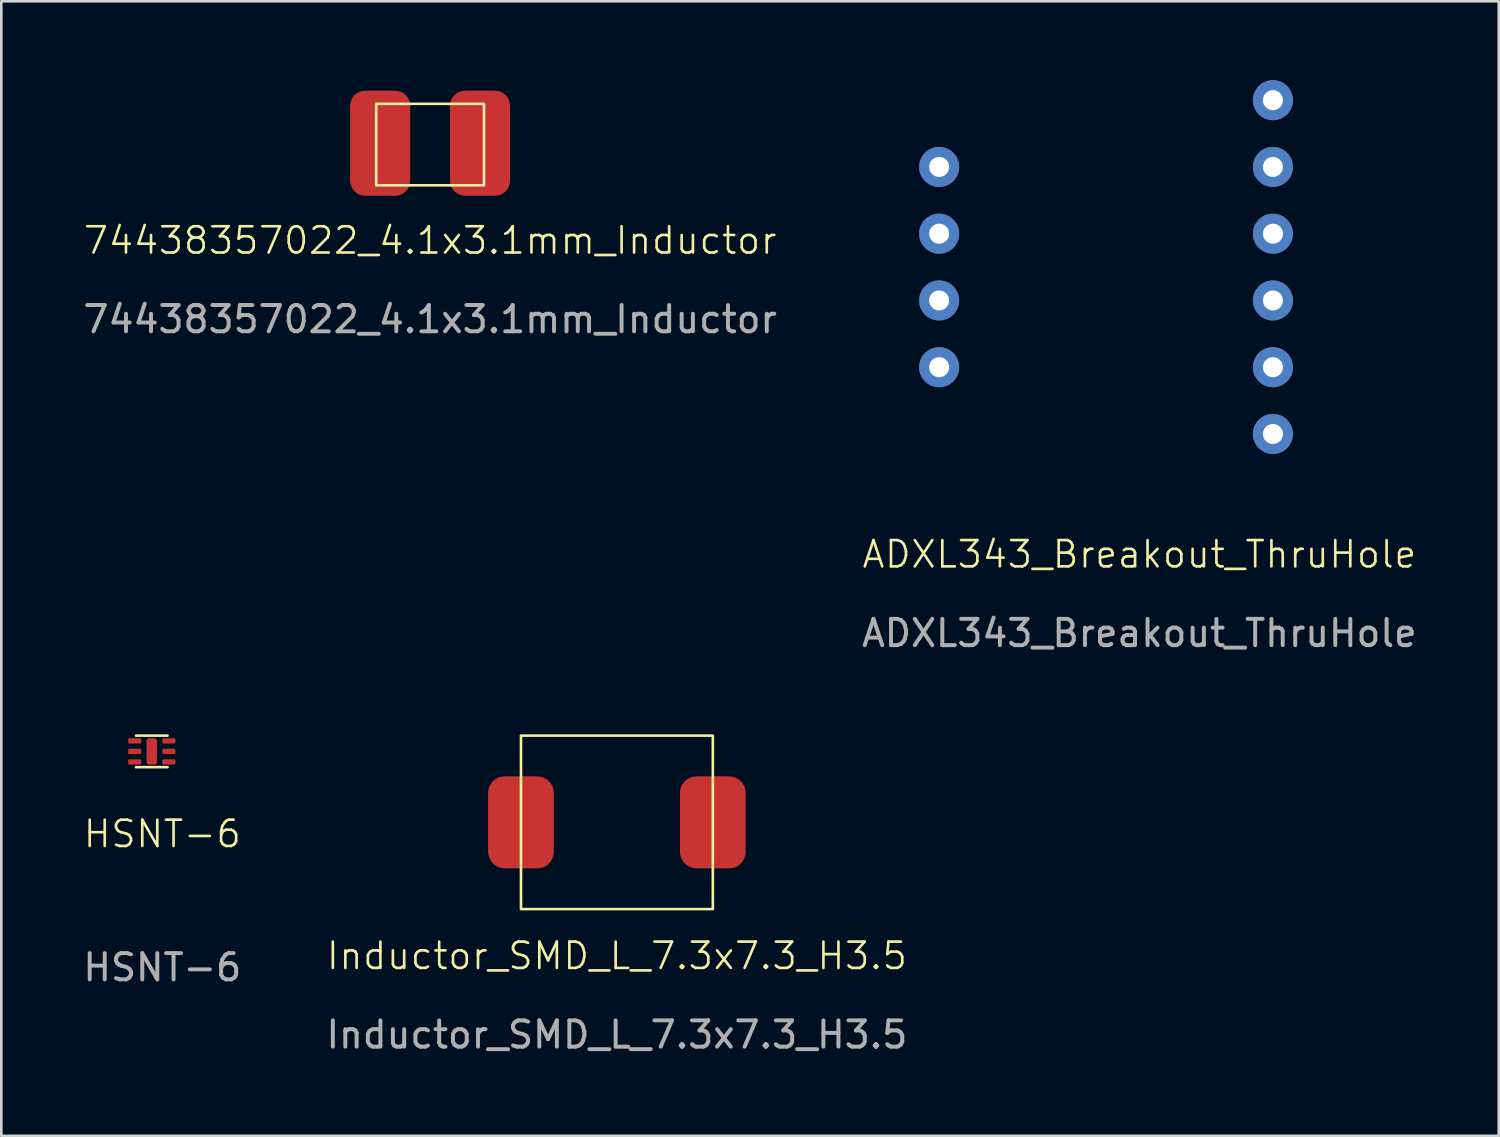
<source format=kicad_pcb>
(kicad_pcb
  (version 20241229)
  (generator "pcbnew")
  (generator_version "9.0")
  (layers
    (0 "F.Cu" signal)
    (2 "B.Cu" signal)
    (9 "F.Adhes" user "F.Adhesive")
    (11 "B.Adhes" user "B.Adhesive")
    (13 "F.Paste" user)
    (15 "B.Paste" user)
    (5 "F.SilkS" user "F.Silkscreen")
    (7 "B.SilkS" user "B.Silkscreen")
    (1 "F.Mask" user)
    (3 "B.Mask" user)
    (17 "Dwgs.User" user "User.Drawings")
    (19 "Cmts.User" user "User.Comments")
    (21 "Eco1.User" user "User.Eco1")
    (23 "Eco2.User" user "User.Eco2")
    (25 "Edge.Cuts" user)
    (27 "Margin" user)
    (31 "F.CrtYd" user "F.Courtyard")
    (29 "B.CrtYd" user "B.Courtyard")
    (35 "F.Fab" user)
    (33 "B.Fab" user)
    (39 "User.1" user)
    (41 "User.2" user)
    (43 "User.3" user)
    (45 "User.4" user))
  (footprint "ADXL343_Breakout_ThruHole"
    (layer "F.Cu")
    (at 40.304 18.542)
    (property "Reference" "ADXL343_Breakout_ThruHole" (at 0 -0.5 0) (unlocked yes) (layer "F.SilkS") (effects (font (size 1 1) (thickness 0.1))))
    (attr through_hole)
    (fp_text user "${REFERENCE}" (at 0 2.5 0) (unlocked yes) (layer "F.Fab") (effects (font (size 1 1) (thickness 0.15))))
    (pad "1" thru_hole circle (at -7.62 -15.24) (size 1.524 1.524) (drill 0.762) (layers "*.Cu" "*.Mask"))
    (pad "2" thru_hole circle (at -7.62 -12.7) (size 1.524 1.524) (drill 0.762) (layers "*.Cu" "*.Mask"))
    (pad "3" thru_hole circle (at -7.62 -10.16) (size 1.524 1.524) (drill 0.762) (layers "*.Cu" "*.Mask"))
    (pad "4" thru_hole circle (at -7.62 -7.62) (size 1.524 1.524) (drill 0.762) (layers "*.Cu" "*.Mask"))
    (pad "5" thru_hole circle (at 5.08 -5.08) (size 1.524 1.524) (drill 0.762) (layers "*.Cu" "*.Mask"))
    (pad "6" thru_hole circle (at 5.08 -7.62) (size 1.524 1.524) (drill 0.762) (layers "*.Cu" "*.Mask"))
    (pad "7" thru_hole circle (at 5.08 -10.16) (size 1.524 1.524) (drill 0.762) (layers "*.Cu" "*.Mask"))
    (pad "8" thru_hole circle (at 5.08 -12.7) (size 1.524 1.524) (drill 0.762) (layers "*.Cu" "*.Mask"))
    (pad "9" thru_hole circle (at 5.08 -15.24) (size 1.524 1.524) (drill 0.762) (layers "*.Cu" "*.Mask"))
    (pad "10" thru_hole circle (at 5.08 -17.78) (size 1.524 1.524) (drill 0.762) (layers "*.Cu" "*.Mask")))
  (footprint "74438357022_4.1x3.1mm_Inductor"
    (layer "F.Cu")
    (at 13.315 6.6)
    (property "Reference" "74438357022_4.1x3.1mm_Inductor" (at 0 -0.5 0) (unlocked yes) (layer "F.SilkS") (effects (font (size 1 1) (thickness 0.1))))
    (attr smd)
    (fp_rect (start -2.05 -5.7) (end 2.05 -2.6) (stroke (width 0.1) (type default)) (fill no) (layer "F.SilkS"))
    (fp_text user "${REFERENCE}" (at 0 2.5 0) (unlocked yes) (layer "F.Fab") (effects (font (size 1 1) (thickness 0.15))))
    (pad "1" smd roundrect (at -1.9 -4.2) (size 2.286 4) (layers "F.Cu" "F.Mask" "F.Paste") (roundrect_rratio 0.25))
    (pad "2" smd roundrect (at 1.9 -4.2) (size 2.286 4) (layers "F.Cu" "F.Mask" "F.Paste") (roundrect_rratio 0.25))
    (zone (net_name "") (layers "F.Cu" "B.Cu" "F.SilkS") (name "InductorBottomKeepClear") (hatch edge 0.5) (connect_pads) (min_thickness 0.25) (filled_areas_thickness no) (keepout (tracks not_allowed) (vias not_allowed) (pads not_allowed) (copperpour not_allowed) (footprints allowed)) (placement (enabled no)) (fill) (polygon (pts (xy 12.615 0) (xy 14.015 0) (xy 14.015 4.9) (xy 12.615 4.9)))))
  (footprint "Inductor_SMD_L_7.3x7.3_H3.5"
    (layer "F.Cu")
    (at 20.423 28.24)
    (property "Reference" "Inductor_SMD_L_7.3x7.3_H3.5" (at 0 5.08 0) (unlocked yes) (layer "F.SilkS") (effects (font (size 1 1) (thickness 0.1))))
    (attr smd)
    (fp_rect (start -3.65 -3.3) (end 3.65 3.3) (stroke (width 0.1) (type default)) (fill no) (layer "F.SilkS"))
    (fp_text user "${REFERENCE}" (at 0 8.08 0) (unlocked yes) (layer "F.Fab") (effects (font (size 1 1) (thickness 0.15))))
    (pad "1" smd roundrect (at -3.65 0) (size 2.5 3.5) (layers "F.Cu" "F.Mask" "F.Paste") (roundrect_rratio 0.25))
    (pad "2" smd roundrect (at 3.65 0) (size 2.5 3.5) (layers "F.Cu" "F.Mask" "F.Paste") (roundrect_rratio 0.25)))
  (footprint "HSNT-6"
    (layer "F.Cu")
    (at 2.725 25.54)
    (property "Reference" "HSNT-6" (at 0.4 3.14 0) (unlocked yes) (layer "F.SilkS") (effects (font (size 1 1) (thickness 0.1))))
    (attr smd)
    (fp_line (start -0.6 -0.6) (end 0.6 -0.6) (stroke (width 0.1) (type default)) (layer "F.SilkS"))
    (fp_line (start -0.6 0.6) (end 0.6 0.6) (stroke (width 0.1) (type default)) (layer "F.SilkS"))
    (fp_text user "${REFERENCE}" (at 0.4 8.22 0) (unlocked yes) (layer "F.Fab") (effects (font (size 1 1) (thickness 0.15))))
    (pad "1" smd roundrect (at -0.65 -0.4 270) (size 0.2 0.5) (layers "F.Cu" "F.Mask" "F.Paste") (roundrect_rratio 0.25))
    (pad "2" smd roundrect (at -0.65 0 270) (size 0.2 0.5) (layers "F.Cu" "F.Mask" "F.Paste") (roundrect_rratio 0.25))
    (pad "3" smd roundrect (at -0.65 0.4 270) (size 0.2 0.5) (layers "F.Cu" "F.Mask" "F.Paste") (roundrect_rratio 0.25))
    (pad "4" smd roundrect (at 0.65 0.4 270) (size 0.2 0.5) (layers "F.Cu" "F.Mask" "F.Paste") (roundrect_rratio 0.25))
    (pad "5" smd roundrect (at 0.65 0 270) (size 0.2 0.5) (layers "F.Cu" "F.Mask" "F.Paste") (roundrect_rratio 0.25))
    (pad "6" smd roundrect (at 0.65 -0.4 270) (size 0.2 0.5) (layers "F.Cu" "F.Mask" "F.Paste") (roundrect_rratio 0.25))
    (pad "7" smd roundrect (at 0 0 270) (size 1 0.4) (layers "F.Cu" "F.Mask" "F.Paste") (roundrect_rratio 0.25)))
  (gr_rect
    (start -3 -3)
    (end 53.976 40.169)
    (stroke (width 0.1) (type default))
    (fill no)
    (layer "Edge.Cuts")))
</source>
